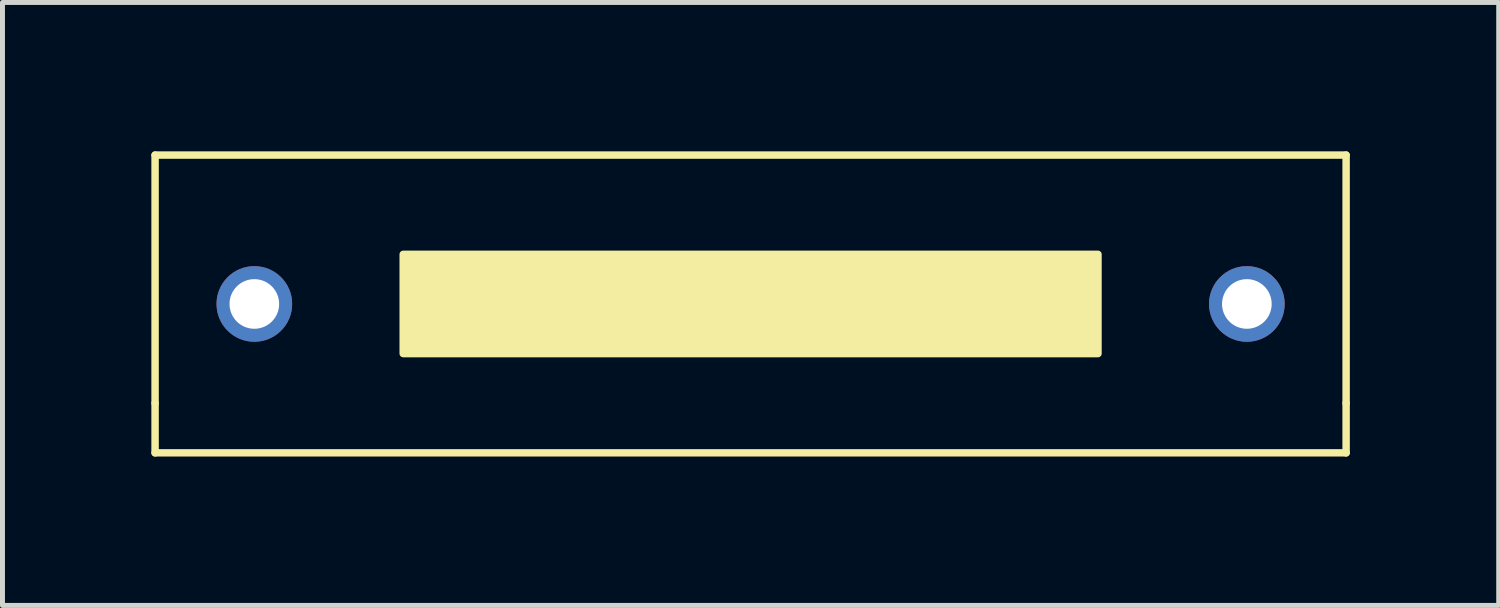
<source format=kicad_pcb>
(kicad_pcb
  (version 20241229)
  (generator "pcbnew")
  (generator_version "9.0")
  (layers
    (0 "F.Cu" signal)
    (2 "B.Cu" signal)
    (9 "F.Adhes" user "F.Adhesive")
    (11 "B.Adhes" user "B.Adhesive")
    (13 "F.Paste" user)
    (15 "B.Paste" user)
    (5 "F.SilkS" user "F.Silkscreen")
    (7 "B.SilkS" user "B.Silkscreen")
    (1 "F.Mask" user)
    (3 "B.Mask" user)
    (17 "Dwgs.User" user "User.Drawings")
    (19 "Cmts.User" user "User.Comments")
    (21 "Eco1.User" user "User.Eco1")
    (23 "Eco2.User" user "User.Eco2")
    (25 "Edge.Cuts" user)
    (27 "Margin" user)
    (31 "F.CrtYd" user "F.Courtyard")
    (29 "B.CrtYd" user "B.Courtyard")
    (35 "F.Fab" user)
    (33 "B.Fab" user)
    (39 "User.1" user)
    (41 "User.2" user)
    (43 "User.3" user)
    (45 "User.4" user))
  (footprint "Reed Switch THT"
    (layer "F.Cu")
    (at 12.075 3.075)
    (property "Reference" "Reed Switch THT" (at 0 0.5 0) (layer "F.SilkS") (effects (font (size 1 1) (thickness 0.15))))
    (attr through_hole)
    (fp_line (start -12 -3) (end -12 2) (stroke (width 0.15) (type solid)) (layer "F.SilkS"))
    (fp_line (start -12 2) (end -12 3) (stroke (width 0.15) (type solid)) (layer "F.SilkS"))
    (fp_line (start -12 3) (end 12 3) (stroke (width 0.15) (type solid)) (layer "F.SilkS"))
    (fp_line (start 12 -3) (end -12 -3) (stroke (width 0.15) (type solid)) (layer "F.SilkS"))
    (fp_line (start 12 2) (end 12 -3) (stroke (width 0.15) (type solid)) (layer "F.SilkS"))
    (fp_line (start 12 3) (end 12 2) (stroke (width 0.15) (type solid)) (layer "F.SilkS"))
    (fp_poly (pts (xy -7 -1) (xy 7 -1) (xy 7 1) (xy -7 1)) (stroke (width 0.15) (type solid)) (fill yes) (layer "F.SilkS"))
    (pad "1" thru_hole circle (at -10 0) (size 1.524 1.524) (drill 1) (layers "*.Cu" "*.Mask"))
    (pad "2" thru_hole circle (at 10 0) (size 1.524 1.524) (drill 1) (layers "*.Cu" "*.Mask")))
  (gr_rect
    (start -3 -3)
    (end 27.15 9.15)
    (stroke (width 0.1) (type default))
    (fill no)
    (layer "Edge.Cuts")))
</source>
